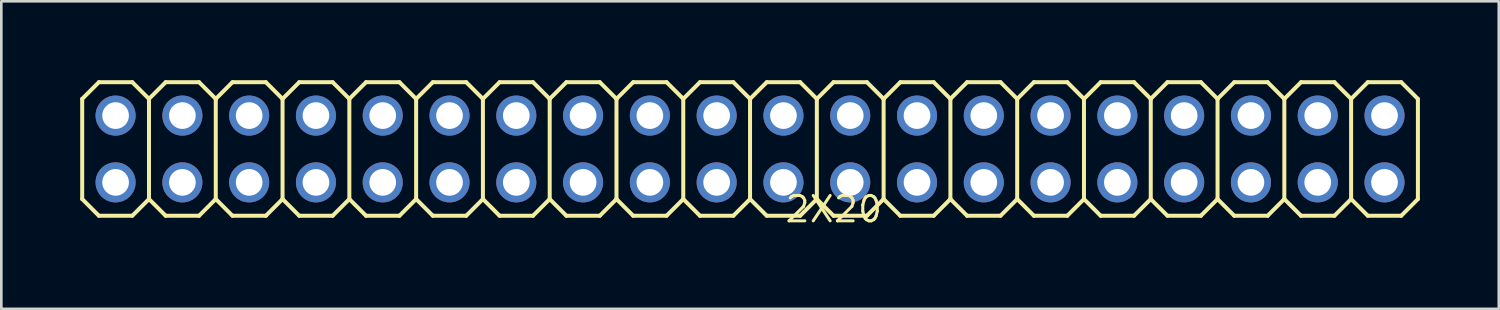
<source format=kicad_pcb>
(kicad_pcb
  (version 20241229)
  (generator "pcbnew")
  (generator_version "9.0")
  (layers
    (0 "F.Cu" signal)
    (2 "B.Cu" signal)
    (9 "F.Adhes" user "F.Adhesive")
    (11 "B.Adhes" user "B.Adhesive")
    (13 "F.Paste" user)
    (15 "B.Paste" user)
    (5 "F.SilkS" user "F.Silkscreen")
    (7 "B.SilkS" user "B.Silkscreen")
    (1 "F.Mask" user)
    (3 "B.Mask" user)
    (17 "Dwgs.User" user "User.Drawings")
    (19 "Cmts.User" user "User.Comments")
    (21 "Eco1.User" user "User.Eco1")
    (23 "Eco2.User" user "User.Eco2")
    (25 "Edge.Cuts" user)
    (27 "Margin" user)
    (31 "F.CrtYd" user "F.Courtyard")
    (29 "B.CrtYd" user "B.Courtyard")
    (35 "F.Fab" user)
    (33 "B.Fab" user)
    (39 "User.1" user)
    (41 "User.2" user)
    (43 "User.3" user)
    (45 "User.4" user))
  (footprint "2X20"
    (layer "F.Cu")
    (at 25.476 2.616)
    (property "Reference" "2X20" (at 1.27 2.857 180) (layer "F.SilkS") (effects (font (size 0.965 0.965) (thickness 0.116)) (justify left bottom)))
    (attr through_hole)
    (fp_line (start -25.4 -1.905) (end -24.765 -2.54) (stroke (width 0.152) (type solid)) (layer "F.SilkS"))
    (fp_line (start -25.4 1.905) (end -25.4 -1.905) (stroke (width 0.152) (type solid)) (layer "F.SilkS"))
    (fp_line (start -25.4 1.905) (end -24.765 2.54) (stroke (width 0.152) (type solid)) (layer "F.SilkS"))
    (fp_line (start -24.765 -2.54) (end -23.495 -2.54) (stroke (width 0.152) (type solid)) (layer "F.SilkS"))
    (fp_line (start -24.765 2.54) (end -23.495 2.54) (stroke (width 0.152) (type solid)) (layer "F.SilkS"))
    (fp_line (start -23.495 -2.54) (end -22.86 -1.905) (stroke (width 0.152) (type solid)) (layer "F.SilkS"))
    (fp_line (start -23.495 2.54) (end -22.86 1.905) (stroke (width 0.152) (type solid)) (layer "F.SilkS"))
    (fp_line (start -22.86 -1.905) (end -22.86 1.905) (stroke (width 0.152) (type solid)) (layer "F.SilkS"))
    (fp_line (start -22.86 -1.905) (end -22.225 -2.54) (stroke (width 0.152) (type solid)) (layer "F.SilkS"))
    (fp_line (start -22.86 1.905) (end -22.225 2.54) (stroke (width 0.152) (type solid)) (layer "F.SilkS"))
    (fp_line (start -22.225 -2.54) (end -20.955 -2.54) (stroke (width 0.152) (type solid)) (layer "F.SilkS"))
    (fp_line (start -22.225 2.54) (end -20.955 2.54) (stroke (width 0.152) (type solid)) (layer "F.SilkS"))
    (fp_line (start -20.955 -2.54) (end -20.32 -1.905) (stroke (width 0.152) (type solid)) (layer "F.SilkS"))
    (fp_line (start -20.955 2.54) (end -20.32 1.905) (stroke (width 0.152) (type solid)) (layer "F.SilkS"))
    (fp_line (start -20.32 -1.905) (end -20.32 1.905) (stroke (width 0.152) (type solid)) (layer "F.SilkS"))
    (fp_line (start -20.32 -1.905) (end -19.685 -2.54) (stroke (width 0.152) (type solid)) (layer "F.SilkS"))
    (fp_line (start -20.32 1.905) (end -19.685 2.54) (stroke (width 0.152) (type solid)) (layer "F.SilkS"))
    (fp_line (start -19.685 -2.54) (end -18.415 -2.54) (stroke (width 0.152) (type solid)) (layer "F.SilkS"))
    (fp_line (start -19.685 2.54) (end -18.415 2.54) (stroke (width 0.152) (type solid)) (layer "F.SilkS"))
    (fp_line (start -18.415 -2.54) (end -17.78 -1.905) (stroke (width 0.152) (type solid)) (layer "F.SilkS"))
    (fp_line (start -18.415 2.54) (end -17.78 1.905) (stroke (width 0.152) (type solid)) (layer "F.SilkS"))
    (fp_line (start -17.78 -1.905) (end -17.78 1.905) (stroke (width 0.152) (type solid)) (layer "F.SilkS"))
    (fp_line (start -17.78 -1.905) (end -17.145 -2.54) (stroke (width 0.152) (type solid)) (layer "F.SilkS"))
    (fp_line (start -17.78 1.905) (end -17.145 2.54) (stroke (width 0.152) (type solid)) (layer "F.SilkS"))
    (fp_line (start -17.145 -2.54) (end -15.875 -2.54) (stroke (width 0.152) (type solid)) (layer "F.SilkS"))
    (fp_line (start -17.145 2.54) (end -15.875 2.54) (stroke (width 0.152) (type solid)) (layer "F.SilkS"))
    (fp_line (start -15.875 -2.54) (end -15.24 -1.905) (stroke (width 0.152) (type solid)) (layer "F.SilkS"))
    (fp_line (start -15.875 2.54) (end -15.24 1.905) (stroke (width 0.152) (type solid)) (layer "F.SilkS"))
    (fp_line (start -15.24 -1.905) (end -15.24 1.905) (stroke (width 0.152) (type solid)) (layer "F.SilkS"))
    (fp_line (start -15.24 -1.905) (end -14.605 -2.54) (stroke (width 0.152) (type solid)) (layer "F.SilkS"))
    (fp_line (start -15.24 1.905) (end -14.605 2.54) (stroke (width 0.152) (type solid)) (layer "F.SilkS"))
    (fp_line (start -14.605 -2.54) (end -13.335 -2.54) (stroke (width 0.152) (type solid)) (layer "F.SilkS"))
    (fp_line (start -14.605 2.54) (end -13.335 2.54) (stroke (width 0.152) (type solid)) (layer "F.SilkS"))
    (fp_line (start -13.335 -2.54) (end -12.7 -1.905) (stroke (width 0.152) (type solid)) (layer "F.SilkS"))
    (fp_line (start -13.335 2.54) (end -12.7 1.905) (stroke (width 0.152) (type solid)) (layer "F.SilkS"))
    (fp_line (start -12.7 -1.905) (end -12.7 1.905) (stroke (width 0.152) (type solid)) (layer "F.SilkS"))
    (fp_line (start -12.7 -1.905) (end -12.065 -2.54) (stroke (width 0.152) (type solid)) (layer "F.SilkS"))
    (fp_line (start -12.7 1.905) (end -12.065 2.54) (stroke (width 0.152) (type solid)) (layer "F.SilkS"))
    (fp_line (start -12.065 -2.54) (end -10.795 -2.54) (stroke (width 0.152) (type solid)) (layer "F.SilkS"))
    (fp_line (start -12.065 2.54) (end -10.795 2.54) (stroke (width 0.152) (type solid)) (layer "F.SilkS"))
    (fp_line (start -10.795 -2.54) (end -10.16 -1.905) (stroke (width 0.152) (type solid)) (layer "F.SilkS"))
    (fp_line (start -10.795 2.54) (end -10.16 1.905) (stroke (width 0.152) (type solid)) (layer "F.SilkS"))
    (fp_line (start -10.16 -1.905) (end -10.16 1.905) (stroke (width 0.152) (type solid)) (layer "F.SilkS"))
    (fp_line (start -10.16 -1.905) (end -9.525 -2.54) (stroke (width 0.152) (type solid)) (layer "F.SilkS"))
    (fp_line (start -10.16 1.905) (end -9.525 2.54) (stroke (width 0.152) (type solid)) (layer "F.SilkS"))
    (fp_line (start -9.525 -2.54) (end -8.255 -2.54) (stroke (width 0.152) (type solid)) (layer "F.SilkS"))
    (fp_line (start -8.255 -2.54) (end -7.62 -1.905) (stroke (width 0.152) (type solid)) (layer "F.SilkS"))
    (fp_line (start -8.255 2.54) (end -9.525 2.54) (stroke (width 0.152) (type solid)) (layer "F.SilkS"))
    (fp_line (start -7.62 -1.905) (end -7.62 1.905) (stroke (width 0.152) (type solid)) (layer "F.SilkS"))
    (fp_line (start -7.62 -1.905) (end -6.985 -2.54) (stroke (width 0.152) (type solid)) (layer "F.SilkS"))
    (fp_line (start -7.62 1.905) (end -8.255 2.54) (stroke (width 0.152) (type solid)) (layer "F.SilkS"))
    (fp_line (start -7.62 1.905) (end -6.985 2.54) (stroke (width 0.152) (type solid)) (layer "F.SilkS"))
    (fp_line (start -6.985 -2.54) (end -5.715 -2.54) (stroke (width 0.152) (type solid)) (layer "F.SilkS"))
    (fp_line (start -5.715 -2.54) (end -5.08 -1.905) (stroke (width 0.152) (type solid)) (layer "F.SilkS"))
    (fp_line (start -5.715 2.54) (end -6.985 2.54) (stroke (width 0.152) (type solid)) (layer "F.SilkS"))
    (fp_line (start -5.08 -1.905) (end -5.08 1.905) (stroke (width 0.152) (type solid)) (layer "F.SilkS"))
    (fp_line (start -5.08 -1.905) (end -4.445 -2.54) (stroke (width 0.152) (type solid)) (layer "F.SilkS"))
    (fp_line (start -5.08 1.905) (end -5.715 2.54) (stroke (width 0.152) (type solid)) (layer "F.SilkS"))
    (fp_line (start -5.08 1.905) (end -4.445 2.54) (stroke (width 0.152) (type solid)) (layer "F.SilkS"))
    (fp_line (start -4.445 -2.54) (end -3.175 -2.54) (stroke (width 0.152) (type solid)) (layer "F.SilkS"))
    (fp_line (start -3.175 -2.54) (end -2.54 -1.905) (stroke (width 0.152) (type solid)) (layer "F.SilkS"))
    (fp_line (start -3.175 2.54) (end -4.445 2.54) (stroke (width 0.152) (type solid)) (layer "F.SilkS"))
    (fp_line (start -2.54 -1.905) (end -2.54 1.905) (stroke (width 0.152) (type solid)) (layer "F.SilkS"))
    (fp_line (start -2.54 -1.905) (end -1.905 -2.54) (stroke (width 0.152) (type solid)) (layer "F.SilkS"))
    (fp_line (start -2.54 1.905) (end -3.175 2.54) (stroke (width 0.152) (type solid)) (layer "F.SilkS"))
    (fp_line (start -2.54 1.905) (end -1.905 2.54) (stroke (width 0.152) (type solid)) (layer "F.SilkS"))
    (fp_line (start -1.905 -2.54) (end -0.635 -2.54) (stroke (width 0.152) (type solid)) (layer "F.SilkS"))
    (fp_line (start -0.635 -2.54) (end 0 -1.905) (stroke (width 0.152) (type solid)) (layer "F.SilkS"))
    (fp_line (start -0.635 2.54) (end -1.905 2.54) (stroke (width 0.152) (type solid)) (layer "F.SilkS"))
    (fp_line (start 0 -1.905) (end 0 1.905) (stroke (width 0.152) (type solid)) (layer "F.SilkS"))
    (fp_line (start 0 -1.905) (end 0.635 -2.54) (stroke (width 0.152) (type solid)) (layer "F.SilkS"))
    (fp_line (start 0 1.905) (end -0.635 2.54) (stroke (width 0.152) (type solid)) (layer "F.SilkS"))
    (fp_line (start 0 1.905) (end 0.635 2.54) (stroke (width 0.152) (type solid)) (layer "F.SilkS"))
    (fp_line (start 0.635 -2.54) (end 1.905 -2.54) (stroke (width 0.152) (type solid)) (layer "F.SilkS"))
    (fp_line (start 1.905 -2.54) (end 2.54 -1.905) (stroke (width 0.152) (type solid)) (layer "F.SilkS"))
    (fp_line (start 1.905 2.54) (end 0.635 2.54) (stroke (width 0.152) (type solid)) (layer "F.SilkS"))
    (fp_line (start 2.54 -1.905) (end 2.54 1.905) (stroke (width 0.152) (type solid)) (layer "F.SilkS"))
    (fp_line (start 2.54 -1.905) (end 3.175 -2.54) (stroke (width 0.152) (type solid)) (layer "F.SilkS"))
    (fp_line (start 2.54 1.905) (end 1.905 2.54) (stroke (width 0.152) (type solid)) (layer "F.SilkS"))
    (fp_line (start 2.54 1.905) (end 3.175 2.54) (stroke (width 0.152) (type solid)) (layer "F.SilkS"))
    (fp_line (start 3.175 -2.54) (end 4.445 -2.54) (stroke (width 0.152) (type solid)) (layer "F.SilkS"))
    (fp_line (start 4.445 2.54) (end 3.175 2.54) (stroke (width 0.152) (type solid)) (layer "F.SilkS"))
    (fp_line (start 5.08 -1.905) (end 4.445 -2.54) (stroke (width 0.152) (type solid)) (layer "F.SilkS"))
    (fp_line (start 5.08 -1.905) (end 5.08 1.905) (stroke (width 0.152) (type solid)) (layer "F.SilkS"))
    (fp_line (start 5.08 -1.905) (end 5.715 -2.54) (stroke (width 0.152) (type solid)) (layer "F.SilkS"))
    (fp_line (start 5.08 1.905) (end 4.445 2.54) (stroke (width 0.152) (type solid)) (layer "F.SilkS"))
    (fp_line (start 5.08 1.905) (end 5.715 2.54) (stroke (width 0.152) (type solid)) (layer "F.SilkS"))
    (fp_line (start 6.985 -2.54) (end 5.715 -2.54) (stroke (width 0.152) (type solid)) (layer "F.SilkS"))
    (fp_line (start 6.985 -2.54) (end 7.62 -1.905) (stroke (width 0.152) (type solid)) (layer "F.SilkS"))
    (fp_line (start 6.985 2.54) (end 5.715 2.54) (stroke (width 0.152) (type solid)) (layer "F.SilkS"))
    (fp_line (start 7.62 -1.905) (end 7.62 1.905) (stroke (width 0.152) (type solid)) (layer "F.SilkS"))
    (fp_line (start 7.62 -1.905) (end 8.255 -2.54) (stroke (width 0.152) (type solid)) (layer "F.SilkS"))
    (fp_line (start 7.62 1.905) (end 6.985 2.54) (stroke (width 0.152) (type solid)) (layer "F.SilkS"))
    (fp_line (start 7.62 1.905) (end 8.255 2.54) (stroke (width 0.152) (type solid)) (layer "F.SilkS"))
    (fp_line (start 9.525 -2.54) (end 8.255 -2.54) (stroke (width 0.152) (type solid)) (layer "F.SilkS"))
    (fp_line (start 9.525 -2.54) (end 10.16 -1.905) (stroke (width 0.152) (type solid)) (layer "F.SilkS"))
    (fp_line (start 9.525 2.54) (end 8.255 2.54) (stroke (width 0.152) (type solid)) (layer "F.SilkS"))
    (fp_line (start 10.16 -1.905) (end 10.16 1.905) (stroke (width 0.152) (type solid)) (layer "F.SilkS"))
    (fp_line (start 10.16 -1.905) (end 10.795 -2.54) (stroke (width 0.152) (type solid)) (layer "F.SilkS"))
    (fp_line (start 10.16 1.905) (end 9.525 2.54) (stroke (width 0.152) (type solid)) (layer "F.SilkS"))
    (fp_line (start 10.795 2.54) (end 10.16 1.905) (stroke (width 0.152) (type solid)) (layer "F.SilkS"))
    (fp_line (start 10.795 2.54) (end 12.065 2.54) (stroke (width 0.152) (type solid)) (layer "F.SilkS"))
    (fp_line (start 12.065 -2.54) (end 10.795 -2.54) (stroke (width 0.152) (type solid)) (layer "F.SilkS"))
    (fp_line (start 12.065 -2.54) (end 12.7 -1.905) (stroke (width 0.152) (type solid)) (layer "F.SilkS"))
    (fp_line (start 12.7 -1.905) (end 12.7 1.905) (stroke (width 0.152) (type solid)) (layer "F.SilkS"))
    (fp_line (start 12.7 -1.905) (end 13.335 -2.54) (stroke (width 0.152) (type solid)) (layer "F.SilkS"))
    (fp_line (start 12.7 1.905) (end 12.065 2.54) (stroke (width 0.152) (type solid)) (layer "F.SilkS"))
    (fp_line (start 13.335 2.54) (end 12.7 1.905) (stroke (width 0.152) (type solid)) (layer "F.SilkS"))
    (fp_line (start 13.335 2.54) (end 14.605 2.54) (stroke (width 0.152) (type solid)) (layer "F.SilkS"))
    (fp_line (start 14.605 -2.54) (end 13.335 -2.54) (stroke (width 0.152) (type solid)) (layer "F.SilkS"))
    (fp_line (start 14.605 -2.54) (end 15.24 -1.905) (stroke (width 0.152) (type solid)) (layer "F.SilkS"))
    (fp_line (start 15.24 -1.905) (end 15.24 1.905) (stroke (width 0.152) (type solid)) (layer "F.SilkS"))
    (fp_line (start 15.24 -1.905) (end 15.875 -2.54) (stroke (width 0.152) (type solid)) (layer "F.SilkS"))
    (fp_line (start 15.24 1.905) (end 14.605 2.54) (stroke (width 0.152) (type solid)) (layer "F.SilkS"))
    (fp_line (start 15.24 1.905) (end 15.875 2.54) (stroke (width 0.152) (type solid)) (layer "F.SilkS"))
    (fp_line (start 17.145 -2.54) (end 15.875 -2.54) (stroke (width 0.152) (type solid)) (layer "F.SilkS"))
    (fp_line (start 17.145 -2.54) (end 17.78 -1.905) (stroke (width 0.152) (type solid)) (layer "F.SilkS"))
    (fp_line (start 17.145 2.54) (end 15.875 2.54) (stroke (width 0.152) (type solid)) (layer "F.SilkS"))
    (fp_line (start 17.78 -1.905) (end 17.78 1.905) (stroke (width 0.152) (type solid)) (layer "F.SilkS"))
    (fp_line (start 17.78 -1.905) (end 18.415 -2.54) (stroke (width 0.152) (type solid)) (layer "F.SilkS"))
    (fp_line (start 17.78 1.905) (end 17.145 2.54) (stroke (width 0.152) (type solid)) (layer "F.SilkS"))
    (fp_line (start 17.78 1.905) (end 18.415 2.54) (stroke (width 0.152) (type solid)) (layer "F.SilkS"))
    (fp_line (start 19.685 -2.54) (end 18.415 -2.54) (stroke (width 0.152) (type solid)) (layer "F.SilkS"))
    (fp_line (start 19.685 -2.54) (end 20.32 -1.905) (stroke (width 0.152) (type solid)) (layer "F.SilkS"))
    (fp_line (start 19.685 2.54) (end 18.415 2.54) (stroke (width 0.152) (type solid)) (layer "F.SilkS"))
    (fp_line (start 20.32 -1.905) (end 20.32 1.905) (stroke (width 0.152) (type solid)) (layer "F.SilkS"))
    (fp_line (start 20.32 -1.905) (end 20.955 -2.54) (stroke (width 0.152) (type solid)) (layer "F.SilkS"))
    (fp_line (start 20.32 1.905) (end 19.685 2.54) (stroke (width 0.152) (type solid)) (layer "F.SilkS"))
    (fp_line (start 20.32 1.905) (end 20.955 2.54) (stroke (width 0.152) (type solid)) (layer "F.SilkS"))
    (fp_line (start 22.225 -2.54) (end 20.955 -2.54) (stroke (width 0.152) (type solid)) (layer "F.SilkS"))
    (fp_line (start 22.225 -2.54) (end 22.86 -1.905) (stroke (width 0.152) (type solid)) (layer "F.SilkS"))
    (fp_line (start 22.225 2.54) (end 20.955 2.54) (stroke (width 0.152) (type solid)) (layer "F.SilkS"))
    (fp_line (start 22.86 -1.905) (end 22.86 1.905) (stroke (width 0.152) (type solid)) (layer "F.SilkS"))
    (fp_line (start 22.86 -1.905) (end 23.495 -2.54) (stroke (width 0.152) (type solid)) (layer "F.SilkS"))
    (fp_line (start 22.86 1.905) (end 22.225 2.54) (stroke (width 0.152) (type solid)) (layer "F.SilkS"))
    (fp_line (start 22.86 1.905) (end 23.495 2.54) (stroke (width 0.152) (type solid)) (layer "F.SilkS"))
    (fp_line (start 24.765 -2.54) (end 23.495 -2.54) (stroke (width 0.152) (type solid)) (layer "F.SilkS"))
    (fp_line (start 24.765 -2.54) (end 25.4 -1.905) (stroke (width 0.152) (type solid)) (layer "F.SilkS"))
    (fp_line (start 24.765 2.54) (end 23.495 2.54) (stroke (width 0.152) (type solid)) (layer "F.SilkS"))
    (fp_line (start 25.4 -1.905) (end 25.4 1.905) (stroke (width 0.152) (type solid)) (layer "F.SilkS"))
    (fp_line (start 25.4 1.905) (end 24.765 2.54) (stroke (width 0.152) (type solid)) (layer "F.SilkS"))
    (fp_poly (pts (xy -24.384 -1.016) (xy -23.876 -1.016) (xy -23.876 -1.524) (xy -24.384 -1.524)) (stroke (width 0.1) (type solid)) (fill no) (layer "F.Fab"))
    (fp_poly (pts (xy -24.384 1.524) (xy -23.876 1.524) (xy -23.876 1.016) (xy -24.384 1.016)) (stroke (width 0.1) (type solid)) (fill no) (layer "F.Fab"))
    (fp_poly (pts (xy -21.844 -1.016) (xy -21.336 -1.016) (xy -21.336 -1.524) (xy -21.844 -1.524)) (stroke (width 0.1) (type solid)) (fill no) (layer "F.Fab"))
    (fp_poly (pts (xy -21.844 1.524) (xy -21.336 1.524) (xy -21.336 1.016) (xy -21.844 1.016)) (stroke (width 0.1) (type solid)) (fill no) (layer "F.Fab"))
    (fp_poly (pts (xy -19.304 -1.016) (xy -18.796 -1.016) (xy -18.796 -1.524) (xy -19.304 -1.524)) (stroke (width 0.1) (type solid)) (fill no) (layer "F.Fab"))
    (fp_poly (pts (xy -19.304 1.524) (xy -18.796 1.524) (xy -18.796 1.016) (xy -19.304 1.016)) (stroke (width 0.1) (type solid)) (fill no) (layer "F.Fab"))
    (fp_poly (pts (xy -16.764 -1.016) (xy -16.256 -1.016) (xy -16.256 -1.524) (xy -16.764 -1.524)) (stroke (width 0.1) (type solid)) (fill no) (layer "F.Fab"))
    (fp_poly (pts (xy -16.764 1.524) (xy -16.256 1.524) (xy -16.256 1.016) (xy -16.764 1.016)) (stroke (width 0.1) (type solid)) (fill no) (layer "F.Fab"))
    (fp_poly (pts (xy -14.224 -1.016) (xy -13.716 -1.016) (xy -13.716 -1.524) (xy -14.224 -1.524)) (stroke (width 0.1) (type solid)) (fill no) (layer "F.Fab"))
    (fp_poly (pts (xy -14.224 1.524) (xy -13.716 1.524) (xy -13.716 1.016) (xy -14.224 1.016)) (stroke (width 0.1) (type solid)) (fill no) (layer "F.Fab"))
    (fp_poly (pts (xy -11.684 -1.016) (xy -11.176 -1.016) (xy -11.176 -1.524) (xy -11.684 -1.524)) (stroke (width 0.1) (type solid)) (fill no) (layer "F.Fab"))
    (fp_poly (pts (xy -11.684 1.524) (xy -11.176 1.524) (xy -11.176 1.016) (xy -11.684 1.016)) (stroke (width 0.1) (type solid)) (fill no) (layer "F.Fab"))
    (fp_poly (pts (xy -9.144 -1.016) (xy -8.636 -1.016) (xy -8.636 -1.524) (xy -9.144 -1.524)) (stroke (width 0.1) (type solid)) (fill no) (layer "F.Fab"))
    (fp_poly (pts (xy -9.144 1.524) (xy -8.636 1.524) (xy -8.636 1.016) (xy -9.144 1.016)) (stroke (width 0.1) (type solid)) (fill no) (layer "F.Fab"))
    (fp_poly (pts (xy -6.604 -1.016) (xy -6.096 -1.016) (xy -6.096 -1.524) (xy -6.604 -1.524)) (stroke (width 0.1) (type solid)) (fill no) (layer "F.Fab"))
    (fp_poly (pts (xy -6.604 1.524) (xy -6.096 1.524) (xy -6.096 1.016) (xy -6.604 1.016)) (stroke (width 0.1) (type solid)) (fill no) (layer "F.Fab"))
    (fp_poly (pts (xy -4.064 -1.016) (xy -3.556 -1.016) (xy -3.556 -1.524) (xy -4.064 -1.524)) (stroke (width 0.1) (type solid)) (fill no) (layer "F.Fab"))
    (fp_poly (pts (xy -4.064 1.524) (xy -3.556 1.524) (xy -3.556 1.016) (xy -4.064 1.016)) (stroke (width 0.1) (type solid)) (fill no) (layer "F.Fab"))
    (fp_poly (pts (xy -1.524 -1.016) (xy -1.016 -1.016) (xy -1.016 -1.524) (xy -1.524 -1.524)) (stroke (width 0.1) (type solid)) (fill no) (layer "F.Fab"))
    (fp_poly (pts (xy -1.524 1.524) (xy -1.016 1.524) (xy -1.016 1.016) (xy -1.524 1.016)) (stroke (width 0.1) (type solid)) (fill no) (layer "F.Fab"))
    (fp_poly (pts (xy 1.016 -1.016) (xy 1.524 -1.016) (xy 1.524 -1.524) (xy 1.016 -1.524)) (stroke (width 0.1) (type solid)) (fill no) (layer "F.Fab"))
    (fp_poly (pts (xy 1.016 1.524) (xy 1.524 1.524) (xy 1.524 1.016) (xy 1.016 1.016)) (stroke (width 0.1) (type solid)) (fill no) (layer "F.Fab"))
    (fp_poly (pts (xy 3.556 -1.016) (xy 4.064 -1.016) (xy 4.064 -1.524) (xy 3.556 -1.524)) (stroke (width 0.1) (type solid)) (fill no) (layer "F.Fab"))
    (fp_poly (pts (xy 3.556 1.524) (xy 4.064 1.524) (xy 4.064 1.016) (xy 3.556 1.016)) (stroke (width 0.1) (type solid)) (fill no) (layer "F.Fab"))
    (fp_poly (pts (xy 6.096 -1.016) (xy 6.604 -1.016) (xy 6.604 -1.524) (xy 6.096 -1.524)) (stroke (width 0.1) (type solid)) (fill no) (layer "F.Fab"))
    (fp_poly (pts (xy 6.096 1.524) (xy 6.604 1.524) (xy 6.604 1.016) (xy 6.096 1.016)) (stroke (width 0.1) (type solid)) (fill no) (layer "F.Fab"))
    (fp_poly (pts (xy 8.636 -1.016) (xy 9.144 -1.016) (xy 9.144 -1.524) (xy 8.636 -1.524)) (stroke (width 0.1) (type solid)) (fill no) (layer "F.Fab"))
    (fp_poly (pts (xy 8.636 1.524) (xy 9.144 1.524) (xy 9.144 1.016) (xy 8.636 1.016)) (stroke (width 0.1) (type solid)) (fill no) (layer "F.Fab"))
    (fp_poly (pts (xy 11.176 -1.016) (xy 11.684 -1.016) (xy 11.684 -1.524) (xy 11.176 -1.524)) (stroke (width 0.1) (type solid)) (fill no) (layer "F.Fab"))
    (fp_poly (pts (xy 11.176 1.524) (xy 11.684 1.524) (xy 11.684 1.016) (xy 11.176 1.016)) (stroke (width 0.1) (type solid)) (fill no) (layer "F.Fab"))
    (fp_poly (pts (xy 13.716 -1.016) (xy 14.224 -1.016) (xy 14.224 -1.524) (xy 13.716 -1.524)) (stroke (width 0.1) (type solid)) (fill no) (layer "F.Fab"))
    (fp_poly (pts (xy 13.716 1.524) (xy 14.224 1.524) (xy 14.224 1.016) (xy 13.716 1.016)) (stroke (width 0.1) (type solid)) (fill no) (layer "F.Fab"))
    (fp_poly (pts (xy 16.256 -1.016) (xy 16.764 -1.016) (xy 16.764 -1.524) (xy 16.256 -1.524)) (stroke (width 0.1) (type solid)) (fill no) (layer "F.Fab"))
    (fp_poly (pts (xy 16.256 1.524) (xy 16.764 1.524) (xy 16.764 1.016) (xy 16.256 1.016)) (stroke (width 0.1) (type solid)) (fill no) (layer "F.Fab"))
    (fp_poly (pts (xy 18.796 -1.016) (xy 19.304 -1.016) (xy 19.304 -1.524) (xy 18.796 -1.524)) (stroke (width 0.1) (type solid)) (fill no) (layer "F.Fab"))
    (fp_poly (pts (xy 18.796 1.524) (xy 19.304 1.524) (xy 19.304 1.016) (xy 18.796 1.016)) (stroke (width 0.1) (type solid)) (fill no) (layer "F.Fab"))
    (fp_poly (pts (xy 21.336 -1.016) (xy 21.844 -1.016) (xy 21.844 -1.524) (xy 21.336 -1.524)) (stroke (width 0.1) (type solid)) (fill no) (layer "F.Fab"))
    (fp_poly (pts (xy 21.336 1.524) (xy 21.844 1.524) (xy 21.844 1.016) (xy 21.336 1.016)) (stroke (width 0.1) (type solid)) (fill no) (layer "F.Fab"))
    (fp_poly (pts (xy 23.876 -1.016) (xy 24.384 -1.016) (xy 24.384 -1.524) (xy 23.876 -1.524)) (stroke (width 0.1) (type solid)) (fill no) (layer "F.Fab"))
    (fp_poly (pts (xy 23.876 1.524) (xy 24.384 1.524) (xy 24.384 1.016) (xy 23.876 1.016)) (stroke (width 0.1) (type solid)) (fill no) (layer "F.Fab"))
    (pad "1" thru_hole circle (at -24.13 1.27) (size 1.524 1.524) (drill 1.016) (layers "*.Cu" "*.Mask"))
    (pad "2" thru_hole circle (at -24.13 -1.27) (size 1.524 1.524) (drill 1.016) (layers "*.Cu" "*.Mask"))
    (pad "3" thru_hole circle (at -21.59 1.27) (size 1.524 1.524) (drill 1.016) (layers "*.Cu" "*.Mask"))
    (pad "4" thru_hole circle (at -21.59 -1.27) (size 1.524 1.524) (drill 1.016) (layers "*.Cu" "*.Mask"))
    (pad "5" thru_hole circle (at -19.05 1.27) (size 1.524 1.524) (drill 1.016) (layers "*.Cu" "*.Mask"))
    (pad "6" thru_hole circle (at -19.05 -1.27) (size 1.524 1.524) (drill 1.016) (layers "*.Cu" "*.Mask"))
    (pad "7" thru_hole circle (at -16.51 1.27) (size 1.524 1.524) (drill 1.016) (layers "*.Cu" "*.Mask"))
    (pad "8" thru_hole circle (at -16.51 -1.27) (size 1.524 1.524) (drill 1.016) (layers "*.Cu" "*.Mask"))
    (pad "9" thru_hole circle (at -13.97 1.27) (size 1.524 1.524) (drill 1.016) (layers "*.Cu" "*.Mask"))
    (pad "10" thru_hole circle (at -13.97 -1.27) (size 1.524 1.524) (drill 1.016) (layers "*.Cu" "*.Mask"))
    (pad "11" thru_hole circle (at -11.43 1.27) (size 1.524 1.524) (drill 1.016) (layers "*.Cu" "*.Mask"))
    (pad "12" thru_hole circle (at -11.43 -1.27) (size 1.524 1.524) (drill 1.016) (layers "*.Cu" "*.Mask"))
    (pad "13" thru_hole circle (at -8.89 1.27) (size 1.524 1.524) (drill 1.016) (layers "*.Cu" "*.Mask"))
    (pad "14" thru_hole circle (at -8.89 -1.27) (size 1.524 1.524) (drill 1.016) (layers "*.Cu" "*.Mask"))
    (pad "15" thru_hole circle (at -6.35 1.27) (size 1.524 1.524) (drill 1.016) (layers "*.Cu" "*.Mask"))
    (pad "16" thru_hole circle (at -6.35 -1.27) (size 1.524 1.524) (drill 1.016) (layers "*.Cu" "*.Mask"))
    (pad "17" thru_hole circle (at -3.81 1.27) (size 1.524 1.524) (drill 1.016) (layers "*.Cu" "*.Mask"))
    (pad "18" thru_hole circle (at -3.81 -1.27) (size 1.524 1.524) (drill 1.016) (layers "*.Cu" "*.Mask"))
    (pad "19" thru_hole circle (at -1.27 1.27) (size 1.524 1.524) (drill 1.016) (layers "*.Cu" "*.Mask"))
    (pad "20" thru_hole circle (at -1.27 -1.27) (size 1.524 1.524) (drill 1.016) (layers "*.Cu" "*.Mask"))
    (pad "21" thru_hole circle (at 1.27 1.27) (size 1.524 1.524) (drill 1.016) (layers "*.Cu" "*.Mask"))
    (pad "22" thru_hole circle (at 1.27 -1.27) (size 1.524 1.524) (drill 1.016) (layers "*.Cu" "*.Mask"))
    (pad "23" thru_hole circle (at 3.81 1.27) (size 1.524 1.524) (drill 1.016) (layers "*.Cu" "*.Mask"))
    (pad "24" thru_hole circle (at 3.81 -1.27) (size 1.524 1.524) (drill 1.016) (layers "*.Cu" "*.Mask"))
    (pad "25" thru_hole circle (at 6.35 1.27) (size 1.524 1.524) (drill 1.016) (layers "*.Cu" "*.Mask"))
    (pad "26" thru_hole circle (at 6.35 -1.27) (size 1.524 1.524) (drill 1.016) (layers "*.Cu" "*.Mask"))
    (pad "27" thru_hole circle (at 8.89 1.27) (size 1.524 1.524) (drill 1.016) (layers "*.Cu" "*.Mask"))
    (pad "28" thru_hole circle (at 8.89 -1.27) (size 1.524 1.524) (drill 1.016) (layers "*.Cu" "*.Mask"))
    (pad "29" thru_hole circle (at 11.43 1.27) (size 1.524 1.524) (drill 1.016) (layers "*.Cu" "*.Mask"))
    (pad "30" thru_hole circle (at 11.43 -1.27) (size 1.524 1.524) (drill 1.016) (layers "*.Cu" "*.Mask"))
    (pad "31" thru_hole circle (at 13.97 1.27) (size 1.524 1.524) (drill 1.016) (layers "*.Cu" "*.Mask"))
    (pad "32" thru_hole circle (at 13.97 -1.27) (size 1.524 1.524) (drill 1.016) (layers "*.Cu" "*.Mask"))
    (pad "33" thru_hole circle (at 16.51 1.27) (size 1.524 1.524) (drill 1.016) (layers "*.Cu" "*.Mask"))
    (pad "34" thru_hole circle (at 16.51 -1.27) (size 1.524 1.524) (drill 1.016) (layers "*.Cu" "*.Mask"))
    (pad "35" thru_hole circle (at 19.05 1.27) (size 1.524 1.524) (drill 1.016) (layers "*.Cu" "*.Mask"))
    (pad "36" thru_hole circle (at 19.05 -1.27) (size 1.524 1.524) (drill 1.016) (layers "*.Cu" "*.Mask"))
    (pad "37" thru_hole circle (at 21.59 1.27) (size 1.524 1.524) (drill 1.016) (layers "*.Cu" "*.Mask"))
    (pad "38" thru_hole circle (at 21.59 -1.27) (size 1.524 1.524) (drill 1.016) (layers "*.Cu" "*.Mask"))
    (pad "39" thru_hole circle (at 24.13 1.27) (size 1.524 1.524) (drill 1.016) (layers "*.Cu" "*.Mask"))
    (pad "40" thru_hole circle (at 24.13 -1.27) (size 1.524 1.524) (drill 1.016) (layers "*.Cu" "*.Mask")))
  (gr_rect
    (start -3 -3)
    (end 53.952 8.697)
    (stroke (width 0.1) (type default))
    (fill no)
    (layer "Edge.Cuts")))
</source>
